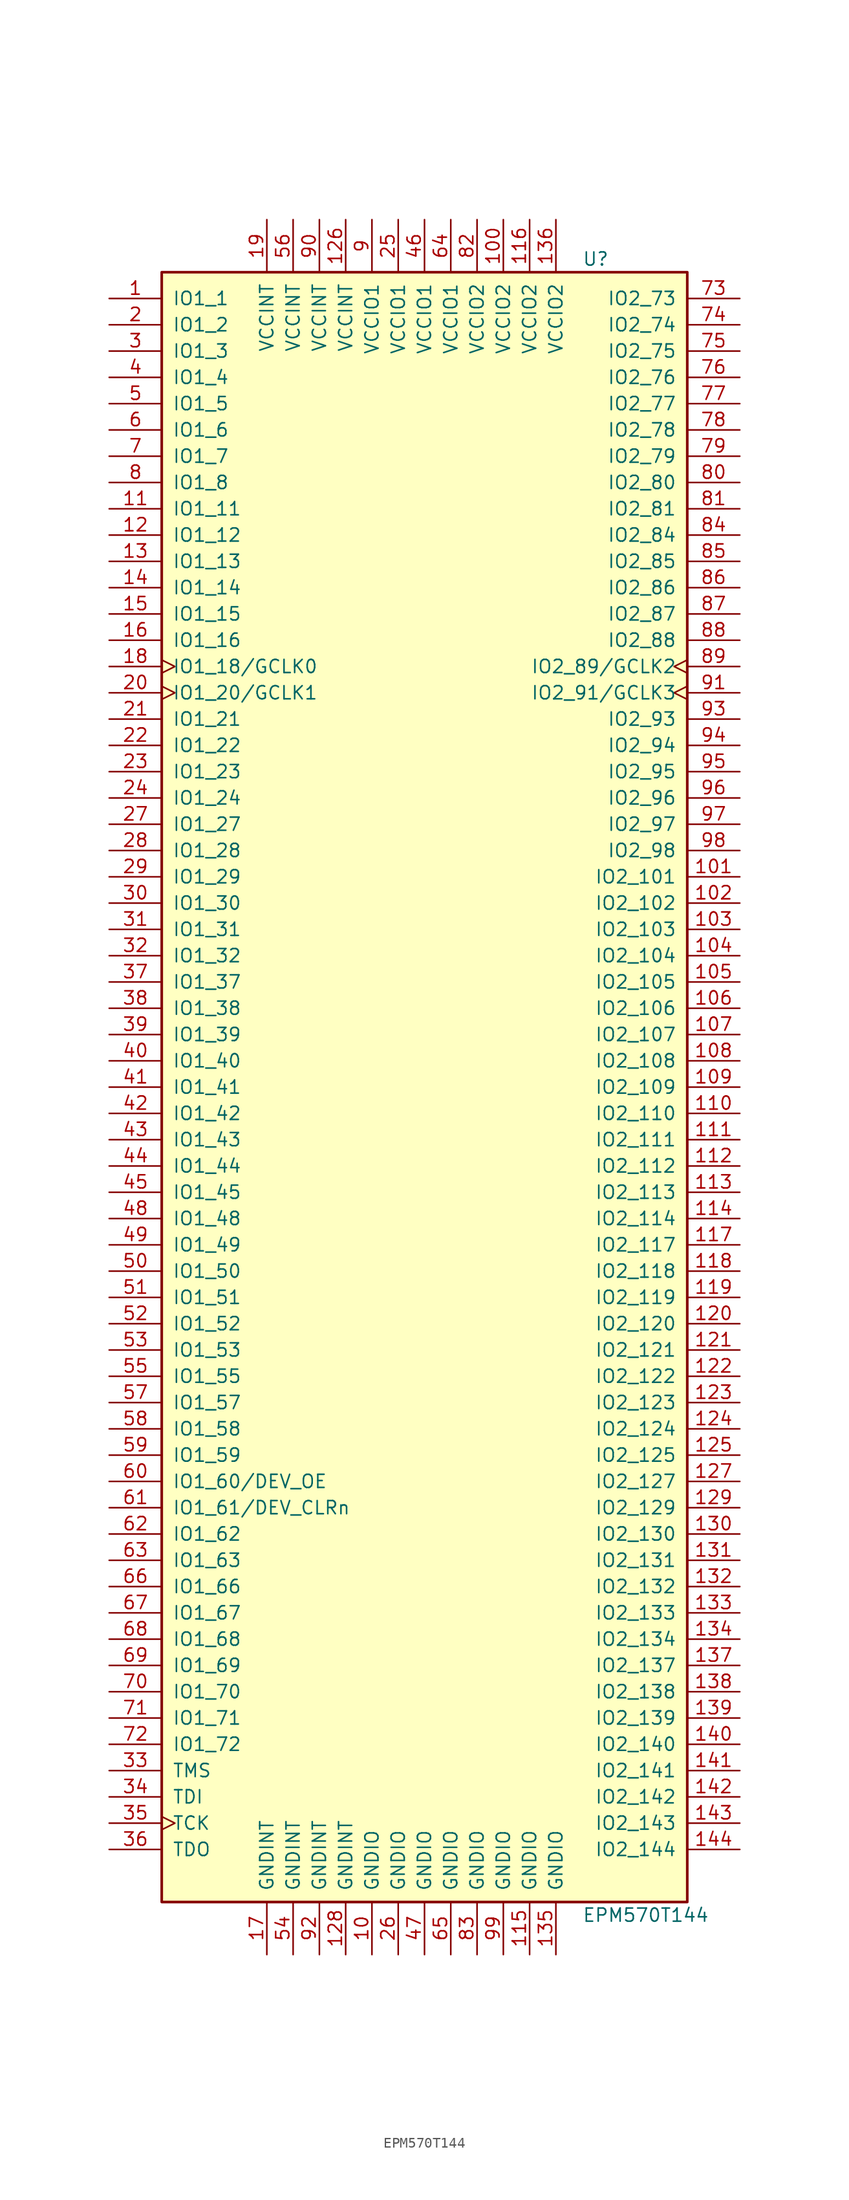
<source format=kicad_sym>
(kicad_symbol_lib
  (version 20241209)
  (generator "kicad_symbol_editor")
  (generator_version "9.0")
  (symbol "EPM570T144"
    (pin_names
      (offset 1.016))
    (property "Reference" "U"
      (at 15.24 80.01 0)
      (effects (font (size 1.27 1.27)) (justify left)))
    (property "Value" "EPM570T144"
      (at 15.24 -80.01 0)
      (effects (font (size 1.27 1.27)) (justify left)))
    (property "ki_locked" ""
      (at 0 0 0)
      (effects (font (size 1.27 1.27))))
    (symbol "EPM570T144_1_1"
      (rectangle (start -25.4 78.74) (end 25.4 -78.74) (stroke (width 0.254) (type default)) (fill (type background)))
      (pin bidirectional line (at -30.48 76.2 0) (length 5.08) (name "IO1_1" (effects (font (size 1.27 1.27)))) (number "1" (effects (font (size 1.27 1.27)))))
      (pin bidirectional line (at -30.48 73.66 0) (length 5.08) (name "IO1_2" (effects (font (size 1.27 1.27)))) (number "2" (effects (font (size 1.27 1.27)))))
      (pin bidirectional line (at -30.48 71.12 0) (length 5.08) (name "IO1_3" (effects (font (size 1.27 1.27)))) (number "3" (effects (font (size 1.27 1.27)))))
      (pin bidirectional line (at -30.48 68.58 0) (length 5.08) (name "IO1_4" (effects (font (size 1.27 1.27)))) (number "4" (effects (font (size 1.27 1.27)))))
      (pin bidirectional line (at -30.48 66.04 0) (length 5.08) (name "IO1_5" (effects (font (size 1.27 1.27)))) (number "5" (effects (font (size 1.27 1.27)))))
      (pin bidirectional line (at -30.48 63.5 0) (length 5.08) (name "IO1_6" (effects (font (size 1.27 1.27)))) (number "6" (effects (font (size 1.27 1.27)))))
      (pin bidirectional line (at -30.48 60.96 0) (length 5.08) (name "IO1_7" (effects (font (size 1.27 1.27)))) (number "7" (effects (font (size 1.27 1.27)))))
      (pin bidirectional line (at -30.48 58.42 0) (length 5.08) (name "IO1_8" (effects (font (size 1.27 1.27)))) (number "8" (effects (font (size 1.27 1.27)))))
      (pin bidirectional line (at -30.48 55.88 0) (length 5.08) (name "IO1_11" (effects (font (size 1.27 1.27)))) (number "11" (effects (font (size 1.27 1.27)))))
      (pin bidirectional line (at -30.48 53.34 0) (length 5.08) (name "IO1_12" (effects (font (size 1.27 1.27)))) (number "12" (effects (font (size 1.27 1.27)))))
      (pin bidirectional line (at -30.48 50.8 0) (length 5.08) (name "IO1_13" (effects (font (size 1.27 1.27)))) (number "13" (effects (font (size 1.27 1.27)))))
      (pin bidirectional line (at -30.48 48.26 0) (length 5.08) (name "IO1_14" (effects (font (size 1.27 1.27)))) (number "14" (effects (font (size 1.27 1.27)))))
      (pin bidirectional line (at -30.48 45.72 0) (length 5.08) (name "IO1_15" (effects (font (size 1.27 1.27)))) (number "15" (effects (font (size 1.27 1.27)))))
      (pin bidirectional line (at -30.48 43.18 0) (length 5.08) (name "IO1_16" (effects (font (size 1.27 1.27)))) (number "16" (effects (font (size 1.27 1.27)))))
      (pin bidirectional clock (at -30.48 40.64 0) (length 5.08) (name "IO1_18/GCLK0" (effects (font (size 1.27 1.27)))) (number "18" (effects (font (size 1.27 1.27)))))
      (pin bidirectional clock (at -30.48 38.1 0) (length 5.08) (name "IO1_20/GCLK1" (effects (font (size 1.27 1.27)))) (number "20" (effects (font (size 1.27 1.27)))))
      (pin bidirectional line (at -30.48 35.56 0) (length 5.08) (name "IO1_21" (effects (font (size 1.27 1.27)))) (number "21" (effects (font (size 1.27 1.27)))))
      (pin bidirectional line (at -30.48 33.02 0) (length 5.08) (name "IO1_22" (effects (font (size 1.27 1.27)))) (number "22" (effects (font (size 1.27 1.27)))))
      (pin bidirectional line (at -30.48 30.48 0) (length 5.08) (name "IO1_23" (effects (font (size 1.27 1.27)))) (number "23" (effects (font (size 1.27 1.27)))))
      (pin bidirectional line (at -30.48 27.94 0) (length 5.08) (name "IO1_24" (effects (font (size 1.27 1.27)))) (number "24" (effects (font (size 1.27 1.27)))))
      (pin bidirectional line (at -30.48 25.4 0) (length 5.08) (name "IO1_27" (effects (font (size 1.27 1.27)))) (number "27" (effects (font (size 1.27 1.27)))))
      (pin bidirectional line (at -30.48 22.86 0) (length 5.08) (name "IO1_28" (effects (font (size 1.27 1.27)))) (number "28" (effects (font (size 1.27 1.27)))))
      (pin bidirectional line (at -30.48 20.32 0) (length 5.08) (name "IO1_29" (effects (font (size 1.27 1.27)))) (number "29" (effects (font (size 1.27 1.27)))))
      (pin bidirectional line (at -30.48 17.78 0) (length 5.08) (name "IO1_30" (effects (font (size 1.27 1.27)))) (number "30" (effects (font (size 1.27 1.27)))))
      (pin bidirectional line (at -30.48 15.24 0) (length 5.08) (name "IO1_31" (effects (font (size 1.27 1.27)))) (number "31" (effects (font (size 1.27 1.27)))))
      (pin bidirectional line (at -30.48 12.7 0) (length 5.08) (name "IO1_32" (effects (font (size 1.27 1.27)))) (number "32" (effects (font (size 1.27 1.27)))))
      (pin bidirectional line (at -30.48 10.16 0) (length 5.08) (name "IO1_37" (effects (font (size 1.27 1.27)))) (number "37" (effects (font (size 1.27 1.27)))))
      (pin bidirectional line (at -30.48 7.62 0) (length 5.08) (name "IO1_38" (effects (font (size 1.27 1.27)))) (number "38" (effects (font (size 1.27 1.27)))))
      (pin bidirectional line (at -30.48 5.08 0) (length 5.08) (name "IO1_39" (effects (font (size 1.27 1.27)))) (number "39" (effects (font (size 1.27 1.27)))))
      (pin bidirectional line (at -30.48 2.54 0) (length 5.08) (name "IO1_40" (effects (font (size 1.27 1.27)))) (number "40" (effects (font (size 1.27 1.27)))))
      (pin bidirectional line (at -30.48 0 0) (length 5.08) (name "IO1_41" (effects (font (size 1.27 1.27)))) (number "41" (effects (font (size 1.27 1.27)))))
      (pin bidirectional line (at -30.48 -2.54 0) (length 5.08) (name "IO1_42" (effects (font (size 1.27 1.27)))) (number "42" (effects (font (size 1.27 1.27)))))
      (pin bidirectional line (at -30.48 -5.08 0) (length 5.08) (name "IO1_43" (effects (font (size 1.27 1.27)))) (number "43" (effects (font (size 1.27 1.27)))))
      (pin bidirectional line (at -30.48 -7.62 0) (length 5.08) (name "IO1_44" (effects (font (size 1.27 1.27)))) (number "44" (effects (font (size 1.27 1.27)))))
      (pin bidirectional line (at -30.48 -10.16 0) (length 5.08) (name "IO1_45" (effects (font (size 1.27 1.27)))) (number "45" (effects (font (size 1.27 1.27)))))
      (pin bidirectional line (at -30.48 -12.7 0) (length 5.08) (name "IO1_48" (effects (font (size 1.27 1.27)))) (number "48" (effects (font (size 1.27 1.27)))))
      (pin bidirectional line (at -30.48 -15.24 0) (length 5.08) (name "IO1_49" (effects (font (size 1.27 1.27)))) (number "49" (effects (font (size 1.27 1.27)))))
      (pin bidirectional line (at -30.48 -17.78 0) (length 5.08) (name "IO1_50" (effects (font (size 1.27 1.27)))) (number "50" (effects (font (size 1.27 1.27)))))
      (pin bidirectional line (at -30.48 -20.32 0) (length 5.08) (name "IO1_51" (effects (font (size 1.27 1.27)))) (number "51" (effects (font (size 1.27 1.27)))))
      (pin bidirectional line (at -30.48 -22.86 0) (length 5.08) (name "IO1_52" (effects (font (size 1.27 1.27)))) (number "52" (effects (font (size 1.27 1.27)))))
      (pin bidirectional line (at -30.48 -25.4 0) (length 5.08) (name "IO1_53" (effects (font (size 1.27 1.27)))) (number "53" (effects (font (size 1.27 1.27)))))
      (pin bidirectional line (at -30.48 -27.94 0) (length 5.08) (name "IO1_55" (effects (font (size 1.27 1.27)))) (number "55" (effects (font (size 1.27 1.27)))))
      (pin bidirectional line (at -30.48 -30.48 0) (length 5.08) (name "IO1_57" (effects (font (size 1.27 1.27)))) (number "57" (effects (font (size 1.27 1.27)))))
      (pin bidirectional line (at -30.48 -33.02 0) (length 5.08) (name "IO1_58" (effects (font (size 1.27 1.27)))) (number "58" (effects (font (size 1.27 1.27)))))
      (pin bidirectional line (at -30.48 -35.56 0) (length 5.08) (name "IO1_59" (effects (font (size 1.27 1.27)))) (number "59" (effects (font (size 1.27 1.27)))))
      (pin bidirectional line (at -30.48 -38.1 0) (length 5.08) (name "IO1_60/DEV_OE" (effects (font (size 1.27 1.27)))) (number "60" (effects (font (size 1.27 1.27)))))
      (pin bidirectional line (at -30.48 -40.64 0) (length 5.08) (name "IO1_61/DEV_CLRn" (effects (font (size 1.27 1.27)))) (number "61" (effects (font (size 1.27 1.27)))))
      (pin bidirectional line (at -30.48 -43.18 0) (length 5.08) (name "IO1_62" (effects (font (size 1.27 1.27)))) (number "62" (effects (font (size 1.27 1.27)))))
      (pin bidirectional line (at -30.48 -45.72 0) (length 5.08) (name "IO1_63" (effects (font (size 1.27 1.27)))) (number "63" (effects (font (size 1.27 1.27)))))
      (pin bidirectional line (at -30.48 -48.26 0) (length 5.08) (name "IO1_66" (effects (font (size 1.27 1.27)))) (number "66" (effects (font (size 1.27 1.27)))))
      (pin bidirectional line (at -30.48 -50.8 0) (length 5.08) (name "IO1_67" (effects (font (size 1.27 1.27)))) (number "67" (effects (font (size 1.27 1.27)))))
      (pin bidirectional line (at -30.48 -53.34 0) (length 5.08) (name "IO1_68" (effects (font (size 1.27 1.27)))) (number "68" (effects (font (size 1.27 1.27)))))
      (pin bidirectional line (at -30.48 -55.88 0) (length 5.08) (name "IO1_69" (effects (font (size 1.27 1.27)))) (number "69" (effects (font (size 1.27 1.27)))))
      (pin bidirectional line (at -30.48 -58.42 0) (length 5.08) (name "IO1_70" (effects (font (size 1.27 1.27)))) (number "70" (effects (font (size 1.27 1.27)))))
      (pin bidirectional line (at -30.48 -60.96 0) (length 5.08) (name "IO1_71" (effects (font (size 1.27 1.27)))) (number "71" (effects (font (size 1.27 1.27)))))
      (pin bidirectional line (at -30.48 -63.5 0) (length 5.08) (name "IO1_72" (effects (font (size 1.27 1.27)))) (number "72" (effects (font (size 1.27 1.27)))))
      (pin input line (at -30.48 -66.04 0) (length 5.08) (name "TMS" (effects (font (size 1.27 1.27)))) (number "33" (effects (font (size 1.27 1.27)))))
      (pin input line (at -30.48 -68.58 0) (length 5.08) (name "TDI" (effects (font (size 1.27 1.27)))) (number "34" (effects (font (size 1.27 1.27)))))
      (pin input clock (at -30.48 -71.12 0) (length 5.08) (name "TCK" (effects (font (size 1.27 1.27)))) (number "35" (effects (font (size 1.27 1.27)))))
      (pin output line (at -30.48 -73.66 0) (length 5.08) (name "TDO" (effects (font (size 1.27 1.27)))) (number "36" (effects (font (size 1.27 1.27)))))
      (pin power_in line (at -15.24 83.82 270) (length 5.08) (name "VCCINT" (effects (font (size 1.27 1.27)))) (number "19" (effects (font (size 1.27 1.27)))))
      (pin power_in line (at -15.24 -83.82 90) (length 5.08) (name "GNDINT" (effects (font (size 1.27 1.27)))) (number "17" (effects (font (size 1.27 1.27)))))
      (pin power_in line (at -12.7 83.82 270) (length 5.08) (name "VCCINT" (effects (font (size 1.27 1.27)))) (number "56" (effects (font (size 1.27 1.27)))))
      (pin power_in line (at -12.7 -83.82 90) (length 5.08) (name "GNDINT" (effects (font (size 1.27 1.27)))) (number "54" (effects (font (size 1.27 1.27)))))
      (pin power_in line (at -10.16 83.82 270) (length 5.08) (name "VCCINT" (effects (font (size 1.27 1.27)))) (number "90" (effects (font (size 1.27 1.27)))))
      (pin power_in line (at -10.16 -83.82 90) (length 5.08) (name "GNDINT" (effects (font (size 1.27 1.27)))) (number "92" (effects (font (size 1.27 1.27)))))
      (pin power_in line (at -7.62 83.82 270) (length 5.08) (name "VCCINT" (effects (font (size 1.27 1.27)))) (number "126" (effects (font (size 1.27 1.27)))))
      (pin power_in line (at -7.62 -83.82 90) (length 5.08) (name "GNDINT" (effects (font (size 1.27 1.27)))) (number "128" (effects (font (size 1.27 1.27)))))
      (pin power_in line (at -5.08 83.82 270) (length 5.08) (name "VCCIO1" (effects (font (size 1.27 1.27)))) (number "9" (effects (font (size 1.27 1.27)))))
      (pin power_in line (at -5.08 -83.82 90) (length 5.08) (name "GNDIO" (effects (font (size 1.27 1.27)))) (number "10" (effects (font (size 1.27 1.27)))))
      (pin power_in line (at -2.54 83.82 270) (length 5.08) (name "VCCIO1" (effects (font (size 1.27 1.27)))) (number "25" (effects (font (size 1.27 1.27)))))
      (pin power_in line (at -2.54 -83.82 90) (length 5.08) (name "GNDIO" (effects (font (size 1.27 1.27)))) (number "26" (effects (font (size 1.27 1.27)))))
      (pin power_in line (at 0 83.82 270) (length 5.08) (name "VCCIO1" (effects (font (size 1.27 1.27)))) (number "46" (effects (font (size 1.27 1.27)))))
      (pin power_in line (at 0 -83.82 90) (length 5.08) (name "GNDIO" (effects (font (size 1.27 1.27)))) (number "47" (effects (font (size 1.27 1.27)))))
      (pin power_in line (at 2.54 83.82 270) (length 5.08) (name "VCCIO1" (effects (font (size 1.27 1.27)))) (number "64" (effects (font (size 1.27 1.27)))))
      (pin power_in line (at 2.54 -83.82 90) (length 5.08) (name "GNDIO" (effects (font (size 1.27 1.27)))) (number "65" (effects (font (size 1.27 1.27)))))
      (pin power_in line (at 5.08 83.82 270) (length 5.08) (name "VCCIO2" (effects (font (size 1.27 1.27)))) (number "82" (effects (font (size 1.27 1.27)))))
      (pin power_in line (at 5.08 -83.82 90) (length 5.08) (name "GNDIO" (effects (font (size 1.27 1.27)))) (number "83" (effects (font (size 1.27 1.27)))))
      (pin power_in line (at 7.62 83.82 270) (length 5.08) (name "VCCIO2" (effects (font (size 1.27 1.27)))) (number "100" (effects (font (size 1.27 1.27)))))
      (pin power_in line (at 7.62 -83.82 90) (length 5.08) (name "GNDIO" (effects (font (size 1.27 1.27)))) (number "99" (effects (font (size 1.27 1.27)))))
      (pin power_in line (at 10.16 83.82 270) (length 5.08) (name "VCCIO2" (effects (font (size 1.27 1.27)))) (number "116" (effects (font (size 1.27 1.27)))))
      (pin power_in line (at 10.16 -83.82 90) (length 5.08) (name "GNDIO" (effects (font (size 1.27 1.27)))) (number "115" (effects (font (size 1.27 1.27)))))
      (pin power_in line (at 12.7 83.82 270) (length 5.08) (name "VCCIO2" (effects (font (size 1.27 1.27)))) (number "136" (effects (font (size 1.27 1.27)))))
      (pin power_in line (at 12.7 -83.82 90) (length 5.08) (name "GNDIO" (effects (font (size 1.27 1.27)))) (number "135" (effects (font (size 1.27 1.27)))))
      (pin bidirectional line (at 30.48 76.2 180) (length 5.08) (name "IO2_73" (effects (font (size 1.27 1.27)))) (number "73" (effects (font (size 1.27 1.27)))))
      (pin bidirectional line (at 30.48 73.66 180) (length 5.08) (name "IO2_74" (effects (font (size 1.27 1.27)))) (number "74" (effects (font (size 1.27 1.27)))))
      (pin bidirectional line (at 30.48 71.12 180) (length 5.08) (name "IO2_75" (effects (font (size 1.27 1.27)))) (number "75" (effects (font (size 1.27 1.27)))))
      (pin bidirectional line (at 30.48 68.58 180) (length 5.08) (name "IO2_76" (effects (font (size 1.27 1.27)))) (number "76" (effects (font (size 1.27 1.27)))))
      (pin bidirectional line (at 30.48 66.04 180) (length 5.08) (name "IO2_77" (effects (font (size 1.27 1.27)))) (number "77" (effects (font (size 1.27 1.27)))))
      (pin bidirectional line (at 30.48 63.5 180) (length 5.08) (name "IO2_78" (effects (font (size 1.27 1.27)))) (number "78" (effects (font (size 1.27 1.27)))))
      (pin bidirectional line (at 30.48 60.96 180) (length 5.08) (name "IO2_79" (effects (font (size 1.27 1.27)))) (number "79" (effects (font (size 1.27 1.27)))))
      (pin bidirectional line (at 30.48 58.42 180) (length 5.08) (name "IO2_80" (effects (font (size 1.27 1.27)))) (number "80" (effects (font (size 1.27 1.27)))))
      (pin bidirectional line (at 30.48 55.88 180) (length 5.08) (name "IO2_81" (effects (font (size 1.27 1.27)))) (number "81" (effects (font (size 1.27 1.27)))))
      (pin bidirectional line (at 30.48 53.34 180) (length 5.08) (name "IO2_84" (effects (font (size 1.27 1.27)))) (number "84" (effects (font (size 1.27 1.27)))))
      (pin bidirectional line (at 30.48 50.8 180) (length 5.08) (name "IO2_85" (effects (font (size 1.27 1.27)))) (number "85" (effects (font (size 1.27 1.27)))))
      (pin bidirectional line (at 30.48 48.26 180) (length 5.08) (name "IO2_86" (effects (font (size 1.27 1.27)))) (number "86" (effects (font (size 1.27 1.27)))))
      (pin bidirectional line (at 30.48 45.72 180) (length 5.08) (name "IO2_87" (effects (font (size 1.27 1.27)))) (number "87" (effects (font (size 1.27 1.27)))))
      (pin bidirectional line (at 30.48 43.18 180) (length 5.08) (name "IO2_88" (effects (font (size 1.27 1.27)))) (number "88" (effects (font (size 1.27 1.27)))))
      (pin bidirectional clock (at 30.48 40.64 180) (length 5.08) (name "IO2_89/GCLK2" (effects (font (size 1.27 1.27)))) (number "89" (effects (font (size 1.27 1.27)))))
      (pin bidirectional clock (at 30.48 38.1 180) (length 5.08) (name "IO2_91/GCLK3" (effects (font (size 1.27 1.27)))) (number "91" (effects (font (size 1.27 1.27)))))
      (pin bidirectional line (at 30.48 35.56 180) (length 5.08) (name "IO2_93" (effects (font (size 1.27 1.27)))) (number "93" (effects (font (size 1.27 1.27)))))
      (pin bidirectional line (at 30.48 33.02 180) (length 5.08) (name "IO2_94" (effects (font (size 1.27 1.27)))) (number "94" (effects (font (size 1.27 1.27)))))
      (pin bidirectional line (at 30.48 30.48 180) (length 5.08) (name "IO2_95" (effects (font (size 1.27 1.27)))) (number "95" (effects (font (size 1.27 1.27)))))
      (pin bidirectional line (at 30.48 27.94 180) (length 5.08) (name "IO2_96" (effects (font (size 1.27 1.27)))) (number "96" (effects (font (size 1.27 1.27)))))
      (pin bidirectional line (at 30.48 25.4 180) (length 5.08) (name "IO2_97" (effects (font (size 1.27 1.27)))) (number "97" (effects (font (size 1.27 1.27)))))
      (pin bidirectional line (at 30.48 22.86 180) (length 5.08) (name "IO2_98" (effects (font (size 1.27 1.27)))) (number "98" (effects (font (size 1.27 1.27)))))
      (pin bidirectional line (at 30.48 20.32 180) (length 5.08) (name "IO2_101" (effects (font (size 1.27 1.27)))) (number "101" (effects (font (size 1.27 1.27)))))
      (pin bidirectional line (at 30.48 17.78 180) (length 5.08) (name "IO2_102" (effects (font (size 1.27 1.27)))) (number "102" (effects (font (size 1.27 1.27)))))
      (pin bidirectional line (at 30.48 15.24 180) (length 5.08) (name "IO2_103" (effects (font (size 1.27 1.27)))) (number "103" (effects (font (size 1.27 1.27)))))
      (pin bidirectional line (at 30.48 12.7 180) (length 5.08) (name "IO2_104" (effects (font (size 1.27 1.27)))) (number "104" (effects (font (size 1.27 1.27)))))
      (pin bidirectional line (at 30.48 10.16 180) (length 5.08) (name "IO2_105" (effects (font (size 1.27 1.27)))) (number "105" (effects (font (size 1.27 1.27)))))
      (pin bidirectional line (at 30.48 7.62 180) (length 5.08) (name "IO2_106" (effects (font (size 1.27 1.27)))) (number "106" (effects (font (size 1.27 1.27)))))
      (pin bidirectional line (at 30.48 5.08 180) (length 5.08) (name "IO2_107" (effects (font (size 1.27 1.27)))) (number "107" (effects (font (size 1.27 1.27)))))
      (pin bidirectional line (at 30.48 2.54 180) (length 5.08) (name "IO2_108" (effects (font (size 1.27 1.27)))) (number "108" (effects (font (size 1.27 1.27)))))
      (pin bidirectional line (at 30.48 0 180) (length 5.08) (name "IO2_109" (effects (font (size 1.27 1.27)))) (number "109" (effects (font (size 1.27 1.27)))))
      (pin bidirectional line (at 30.48 -2.54 180) (length 5.08) (name "IO2_110" (effects (font (size 1.27 1.27)))) (number "110" (effects (font (size 1.27 1.27)))))
      (pin bidirectional line (at 30.48 -5.08 180) (length 5.08) (name "IO2_111" (effects (font (size 1.27 1.27)))) (number "111" (effects (font (size 1.27 1.27)))))
      (pin bidirectional line (at 30.48 -7.62 180) (length 5.08) (name "IO2_112" (effects (font (size 1.27 1.27)))) (number "112" (effects (font (size 1.27 1.27)))))
      (pin bidirectional line (at 30.48 -10.16 180) (length 5.08) (name "IO2_113" (effects (font (size 1.27 1.27)))) (number "113" (effects (font (size 1.27 1.27)))))
      (pin bidirectional line (at 30.48 -12.7 180) (length 5.08) (name "IO2_114" (effects (font (size 1.27 1.27)))) (number "114" (effects (font (size 1.27 1.27)))))
      (pin bidirectional line (at 30.48 -15.24 180) (length 5.08) (name "IO2_117" (effects (font (size 1.27 1.27)))) (number "117" (effects (font (size 1.27 1.27)))))
      (pin bidirectional line (at 30.48 -17.78 180) (length 5.08) (name "IO2_118" (effects (font (size 1.27 1.27)))) (number "118" (effects (font (size 1.27 1.27)))))
      (pin bidirectional line (at 30.48 -20.32 180) (length 5.08) (name "IO2_119" (effects (font (size 1.27 1.27)))) (number "119" (effects (font (size 1.27 1.27)))))
      (pin bidirectional line (at 30.48 -22.86 180) (length 5.08) (name "IO2_120" (effects (font (size 1.27 1.27)))) (number "120" (effects (font (size 1.27 1.27)))))
      (pin bidirectional line (at 30.48 -25.4 180) (length 5.08) (name "IO2_121" (effects (font (size 1.27 1.27)))) (number "121" (effects (font (size 1.27 1.27)))))
      (pin bidirectional line (at 30.48 -27.94 180) (length 5.08) (name "IO2_122" (effects (font (size 1.27 1.27)))) (number "122" (effects (font (size 1.27 1.27)))))
      (pin bidirectional line (at 30.48 -30.48 180) (length 5.08) (name "IO2_123" (effects (font (size 1.27 1.27)))) (number "123" (effects (font (size 1.27 1.27)))))
      (pin bidirectional line (at 30.48 -33.02 180) (length 5.08) (name "IO2_124" (effects (font (size 1.27 1.27)))) (number "124" (effects (font (size 1.27 1.27)))))
      (pin bidirectional line (at 30.48 -35.56 180) (length 5.08) (name "IO2_125" (effects (font (size 1.27 1.27)))) (number "125" (effects (font (size 1.27 1.27)))))
      (pin bidirectional line (at 30.48 -38.1 180) (length 5.08) (name "IO2_127" (effects (font (size 1.27 1.27)))) (number "127" (effects (font (size 1.27 1.27)))))
      (pin bidirectional line (at 30.48 -40.64 180) (length 5.08) (name "IO2_129" (effects (font (size 1.27 1.27)))) (number "129" (effects (font (size 1.27 1.27)))))
      (pin bidirectional line (at 30.48 -43.18 180) (length 5.08) (name "IO2_130" (effects (font (size 1.27 1.27)))) (number "130" (effects (font (size 1.27 1.27)))))
      (pin bidirectional line (at 30.48 -45.72 180) (length 5.08) (name "IO2_131" (effects (font (size 1.27 1.27)))) (number "131" (effects (font (size 1.27 1.27)))))
      (pin bidirectional line (at 30.48 -48.26 180) (length 5.08) (name "IO2_132" (effects (font (size 1.27 1.27)))) (number "132" (effects (font (size 1.27 1.27)))))
      (pin bidirectional line (at 30.48 -50.8 180) (length 5.08) (name "IO2_133" (effects (font (size 1.27 1.27)))) (number "133" (effects (font (size 1.27 1.27)))))
      (pin bidirectional line (at 30.48 -53.34 180) (length 5.08) (name "IO2_134" (effects (font (size 1.27 1.27)))) (number "134" (effects (font (size 1.27 1.27)))))
      (pin bidirectional line (at 30.48 -55.88 180) (length 5.08) (name "IO2_137" (effects (font (size 1.27 1.27)))) (number "137" (effects (font (size 1.27 1.27)))))
      (pin bidirectional line (at 30.48 -58.42 180) (length 5.08) (name "IO2_138" (effects (font (size 1.27 1.27)))) (number "138" (effects (font (size 1.27 1.27)))))
      (pin bidirectional line (at 30.48 -60.96 180) (length 5.08) (name "IO2_139" (effects (font (size 1.27 1.27)))) (number "139" (effects (font (size 1.27 1.27)))))
      (pin bidirectional line (at 30.48 -63.5 180) (length 5.08) (name "IO2_140" (effects (font (size 1.27 1.27)))) (number "140" (effects (font (size 1.27 1.27)))))
      (pin bidirectional line (at 30.48 -66.04 180) (length 5.08) (name "IO2_141" (effects (font (size 1.27 1.27)))) (number "141" (effects (font (size 1.27 1.27)))))
      (pin bidirectional line (at 30.48 -68.58 180) (length 5.08) (name "IO2_142" (effects (font (size 1.27 1.27)))) (number "142" (effects (font (size 1.27 1.27)))))
      (pin bidirectional line (at 30.48 -71.12 180) (length 5.08) (name "IO2_143" (effects (font (size 1.27 1.27)))) (number "143" (effects (font (size 1.27 1.27)))))
      (pin bidirectional line (at 30.48 -73.66 180) (length 5.08) (name "IO2_144" (effects (font (size 1.27 1.27)))) (number "144" (effects (font (size 1.27 1.27))))))))
</source>
